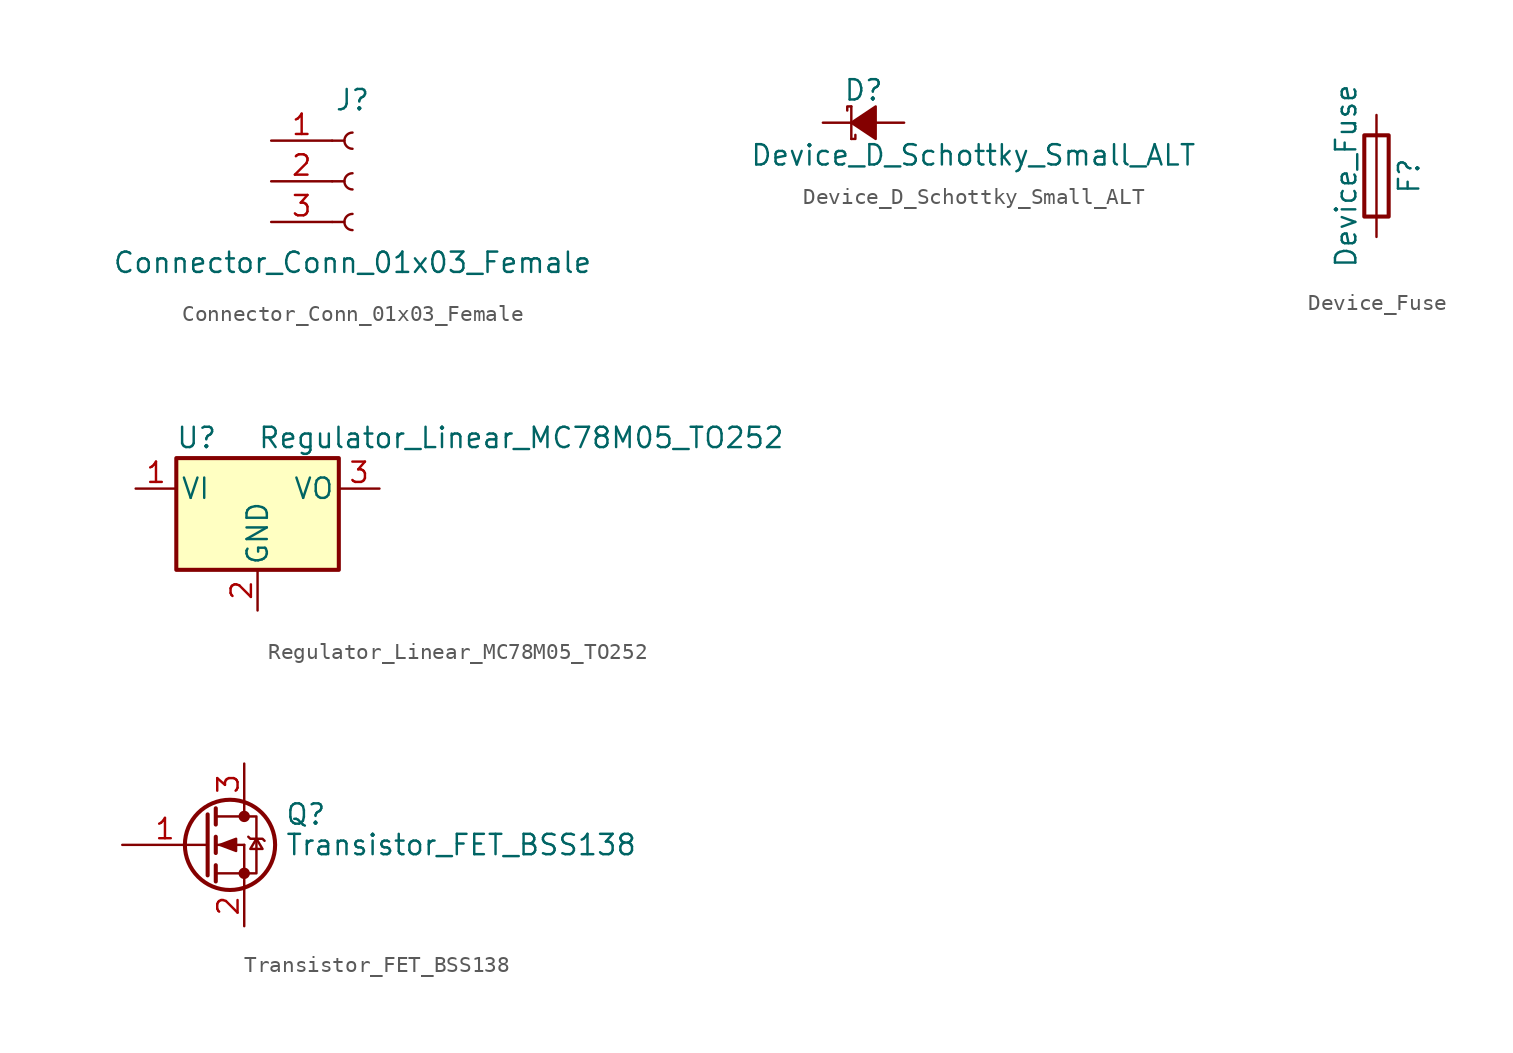
<source format=kicad_sym>
(kicad_symbol_lib
  (version 20241209)
  (generator "kicad_symbol_editor")
  (generator_version "9.0")
  (symbol "Connector_Conn_01x03_Female"
    (pin_names
      (offset 1.016)
      (hide yes))
    (property "Reference" "J"
      (at 0 5.08 0)
      (effects (font (size 1.27 1.27))))
    (property "Value" "Connector_Conn_01x03_Female"
      (at 0 -5.08 0)
      (effects (font (size 1.27 1.27))))
    (symbol "Connector_Conn_01x03_Female_1_1"
      (polyline (pts (xy -1.27 2.54) (xy -0.508 2.54)) (stroke (width 0.152) (type solid)) (fill (type none)))
      (polyline (pts (xy -1.27 0) (xy -0.508 0)) (stroke (width 0.152) (type solid)) (fill (type none)))
      (polyline (pts (xy -1.27 -2.54) (xy -0.508 -2.54)) (stroke (width 0.152) (type solid)) (fill (type none)))
      (arc (start 0 2.032) (mid -0.508 2.54) (end 0 3.048) (stroke (width 0.1524) (type solid)) (fill (type none)))
      (arc (start 0 -0.508) (mid -0.508 0) (end 0 0.508) (stroke (width 0.1524) (type solid)) (fill (type none)))
      (arc (start 0 -3.048) (mid -0.508 -2.54) (end 0 -2.032) (stroke (width 0.1524) (type solid)) (fill (type none)))
      (pin passive line (at -5.08 2.54 0) (length 3.81) (name "Pin_1" (effects (font (size 1.27 1.27)))) (number "1" (effects (font (size 1.27 1.27)))))
      (pin passive line (at -5.08 0 0) (length 3.81) (name "Pin_2" (effects (font (size 1.27 1.27)))) (number "2" (effects (font (size 1.27 1.27)))))
      (pin passive line (at -5.08 -2.54 0) (length 3.81) (name "Pin_3" (effects (font (size 1.27 1.27)))) (number "3" (effects (font (size 1.27 1.27)))))))
  (symbol "Device_D_Schottky_Small_ALT"
    (pin_numbers
      (hide yes))
    (pin_names
      (offset 0.254)
      (hide yes))
    (property "Reference" "D"
      (at -1.27 2.032 0)
      (effects (font (size 1.27 1.27)) (justify left)))
    (property "Value" "Device_D_Schottky_Small_ALT"
      (at -7.112 -2.032 0)
      (effects (font (size 1.27 1.27)) (justify left)))
    (symbol "Device_D_Schottky_Small_ALT_0_1"
      (polyline (pts (xy -0.762 1.016) (xy -1.016 1.016) (xy -1.016 0.762)) (stroke (width 0) (type solid)) (fill (type none)))
      (polyline (pts (xy -0.762 0) (xy 0.762 0)) (stroke (width 0) (type solid)) (fill (type none)))
      (polyline (pts (xy -0.762 -1.016) (xy -0.762 1.016)) (stroke (width 0) (type solid)) (fill (type none)))
      (polyline (pts (xy -0.762 -1.016) (xy -0.508 -1.016) (xy -0.508 -0.762)) (stroke (width 0) (type solid)) (fill (type none)))
      (polyline (pts (xy 0.762 -1.016) (xy -0.762 0) (xy 0.762 1.016) (xy 0.762 -1.016)) (stroke (width 0) (type solid)) (fill (type outline))))
    (symbol "Device_D_Schottky_Small_ALT_1_1"
      (pin passive line (at -2.54 0 0) (length 1.778) (name "K" (effects (font (size 1.27 1.27)))) (number "1" (effects (font (size 1.27 1.27)))))
      (pin passive line (at 2.54 0 180) (length 1.778) (name "A" (effects (font (size 1.27 1.27)))) (number "2" (effects (font (size 1.27 1.27)))))))
  (symbol "Device_Fuse"
    (pin_numbers
      (hide yes))
    (pin_names
      (offset 0))
    (property "Reference" "F"
      (at 2.032 0 90)
      (effects (font (size 1.27 1.27))))
    (property "Value" "Device_Fuse"
      (at -1.905 0 90)
      (effects (font (size 1.27 1.27))))
    (symbol "Device_Fuse_0_1"
      (rectangle (start -0.762 -2.54) (end 0.762 2.54) (stroke (width 0.254) (type solid)) (fill (type none)))
      (polyline (pts (xy 0 2.54) (xy 0 -2.54)) (stroke (width 0) (type solid)) (fill (type none))))
    (symbol "Device_Fuse_1_1"
      (pin passive line (at 0 3.81 270) (length 1.27) (name "~" (effects (font (size 1.27 1.27)))) (number "1" (effects (font (size 1.27 1.27)))))
      (pin passive line (at 0 -3.81 90) (length 1.27) (name "~" (effects (font (size 1.27 1.27)))) (number "2" (effects (font (size 1.27 1.27)))))))
  (symbol "Regulator_Linear_MC78M05_TO252"
    (pin_names
      (offset 0.254))
    (property "Reference" "U"
      (at -3.81 3.175 0)
      (effects (font (size 1.27 1.27))))
    (property "Value" "Regulator_Linear_MC78M05_TO252"
      (at 0 3.175 0)
      (effects (font (size 1.27 1.27)) (justify left)))
    (symbol "Regulator_Linear_MC78M05_TO252_0_1"
      (rectangle (start -5.08 1.905) (end 5.08 -5.08) (stroke (width 0.254) (type solid)) (fill (type background))))
    (symbol "Regulator_Linear_MC78M05_TO252_1_1"
      (pin power_in line (at -7.62 0 0) (length 2.54) (name "VI" (effects (font (size 1.27 1.27)))) (number "1" (effects (font (size 1.27 1.27)))))
      (pin power_in line (at 0 -7.62 90) (length 2.54) (name "GND" (effects (font (size 1.27 1.27)))) (number "2" (effects (font (size 1.27 1.27)))))
      (pin power_out line (at 7.62 0 180) (length 2.54) (name "VO" (effects (font (size 1.27 1.27)))) (number "3" (effects (font (size 1.27 1.27)))))))
  (symbol "Transistor_FET_BSS138"
    (pin_names
      (offset 0)
      (hide yes))
    (property "Reference" "Q"
      (at 5.08 1.905 0)
      (effects (font (size 1.27 1.27)) (justify left)))
    (property "Value" "Transistor_FET_BSS138"
      (at 5.08 0 0)
      (effects (font (size 1.27 1.27)) (justify left)))
    (symbol "Transistor_FET_BSS138_0_1"
      (polyline (pts (xy 0.254 1.905) (xy 0.254 -1.905) (xy 0.254 -1.905)) (stroke (width 0.254) (type solid)) (fill (type none)))
      (polyline (pts (xy 0.762 2.286) (xy 0.762 1.27)) (stroke (width 0.254) (type solid)) (fill (type none)))
      (polyline (pts (xy 0.762 1.778) (xy 2.54 1.778)) (stroke (width 0) (type solid)) (fill (type none)))
      (polyline (pts (xy 0.762 0.508) (xy 0.762 -0.508)) (stroke (width 0.254) (type solid)) (fill (type none)))
      (polyline (pts (xy 0.762 0) (xy 2.54 0)) (stroke (width 0) (type solid)) (fill (type none)))
      (polyline (pts (xy 0.762 -1.27) (xy 0.762 -2.286)) (stroke (width 0.254) (type solid)) (fill (type none)))
      (polyline (pts (xy 0.762 -1.778) (xy 2.54 -1.778)) (stroke (width 0) (type solid)) (fill (type none)))
      (polyline (pts (xy 1.016 0) (xy 2.032 0.381) (xy 2.032 -0.381) (xy 1.016 0)) (stroke (width 0) (type solid)) (fill (type outline)))
      (circle (center 1.651 0) (radius 2.819) (stroke (width 0.254) (type solid)) (fill (type none)))
      (polyline (pts (xy 2.54 2.54) (xy 2.54 1.778)) (stroke (width 0) (type solid)) (fill (type none)))
      (circle (center 2.54 1.778) (radius 0.279) (stroke (width 0) (type solid)) (fill (type outline)))
      (polyline (pts (xy 2.54 -1.778) (xy 2.54 0)) (stroke (width 0) (type solid)) (fill (type none)))
      (polyline (pts (xy 2.54 -1.778) (xy 2.54 -2.54)) (stroke (width 0) (type solid)) (fill (type none)))
      (polyline (pts (xy 2.54 -1.778) (xy 3.302 -1.778) (xy 3.302 1.778) (xy 2.54 1.778)) (stroke (width 0) (type solid)) (fill (type none)))
      (circle (center 2.54 -1.778) (radius 0.279) (stroke (width 0) (type solid)) (fill (type outline)))
      (polyline (pts (xy 2.794 0.508) (xy 2.921 0.381) (xy 3.683 0.381) (xy 3.81 0.254)) (stroke (width 0) (type solid)) (fill (type none)))
      (polyline (pts (xy 3.302 0.381) (xy 2.921 -0.254) (xy 3.683 -0.254) (xy 3.302 0.381)) (stroke (width 0) (type solid)) (fill (type none))))
    (symbol "Transistor_FET_BSS138_1_1"
      (pin input line (at -5.08 0 0) (length 5.334) (name "G" (effects (font (size 1.27 1.27)))) (number "1" (effects (font (size 1.27 1.27)))))
      (pin passive line (at 2.54 5.08 270) (length 2.54) (name "D" (effects (font (size 1.27 1.27)))) (number "3" (effects (font (size 1.27 1.27)))))
      (pin passive line (at 2.54 -5.08 90) (length 2.54) (name "S" (effects (font (size 1.27 1.27)))) (number "2" (effects (font (size 1.27 1.27))))))))
</source>
